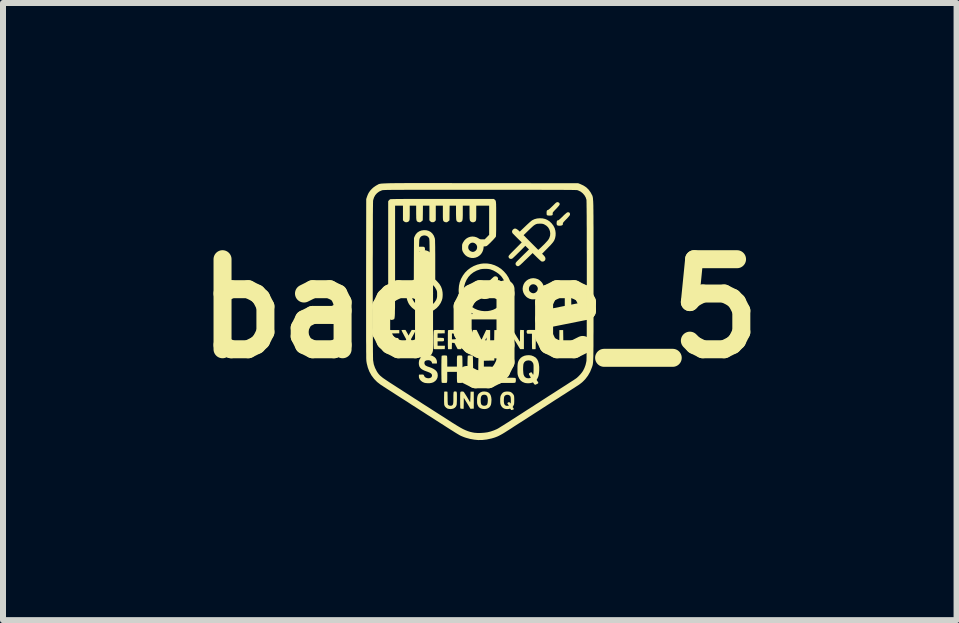
<source format=kicad_pcb>
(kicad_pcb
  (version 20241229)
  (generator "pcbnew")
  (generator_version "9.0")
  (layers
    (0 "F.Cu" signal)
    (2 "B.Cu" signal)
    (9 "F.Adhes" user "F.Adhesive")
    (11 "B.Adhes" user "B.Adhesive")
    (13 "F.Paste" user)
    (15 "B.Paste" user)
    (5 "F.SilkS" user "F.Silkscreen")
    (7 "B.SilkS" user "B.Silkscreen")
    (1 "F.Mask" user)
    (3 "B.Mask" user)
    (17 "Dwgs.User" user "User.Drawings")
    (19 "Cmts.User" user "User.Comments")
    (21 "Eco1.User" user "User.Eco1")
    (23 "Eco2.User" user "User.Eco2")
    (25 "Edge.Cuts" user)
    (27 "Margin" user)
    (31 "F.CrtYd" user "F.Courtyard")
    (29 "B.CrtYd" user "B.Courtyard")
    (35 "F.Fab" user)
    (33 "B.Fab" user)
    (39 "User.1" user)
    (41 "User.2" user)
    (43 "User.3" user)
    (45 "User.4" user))
  (footprint "badge_5"
    (layer "F.Cu")
    (at 4.943 2.09)
    (property "Reference" "badge_5" (at 0 0 0) (layer "F.SilkS") (effects (font (size 1.5 1.5) (thickness 0.3))))
    (attr board_only exclude_from_pos_files exclude_from_bom)
    (fp_poly (pts (xy 1.391 0.489) (xy 1.392 0.62) (xy 1.457 0.621) (xy 1.521 0.623) (xy 1.521 0.65) (xy 1.521 0.676) (xy 1.425 0.678) (xy 1.39 0.678) (xy 1.364 0.678) (xy 1.345 0.677) (xy 1.334 0.676) (xy 1.327 0.674) (xy 1.326 0.673) (xy 1.325 0.667) (xy 1.325 0.652) (xy 1.324 0.63) (xy 1.324 0.601) (xy 1.324 0.568) (xy 1.324 0.532) (xy 1.325 0.513) (xy 1.326 0.359) (xy 1.358 0.359) (xy 1.389 0.359)) (stroke (width 0) (type solid)) (fill yes) (layer "F.SilkS"))
    (fp_poly (pts (xy -0.19 0.358) (xy -0.185 0.361) (xy -0.183 0.367) (xy -0.182 0.375) (xy -0.182 0.391) (xy -0.182 0.414) (xy -0.181 0.443) (xy -0.181 0.477) (xy -0.182 0.514) (xy -0.182 0.527) (xy -0.183 0.676) (xy -0.214 0.678) (xy -0.233 0.678) (xy -0.243 0.676) (xy -0.247 0.673) (xy -0.247 0.667) (xy -0.248 0.652) (xy -0.248 0.63) (xy -0.248 0.601) (xy -0.248 0.568) (xy -0.248 0.532) (xy -0.248 0.513) (xy -0.247 0.359) (xy -0.216 0.357) (xy -0.2 0.357)) (stroke (width 0) (type solid)) (fill yes) (layer "F.SilkS"))
    (fp_poly (pts (xy -0.886 -0.348) (xy -0.856 -0.335) (xy -0.831 -0.315) (xy -0.812 -0.287) (xy -0.803 -0.264) (xy -0.798 -0.232) (xy -0.802 -0.201) (xy -0.814 -0.172) (xy -0.833 -0.147) (xy -0.858 -0.127) (xy -0.888 -0.114) (xy -0.894 -0.113) (xy -0.913 -0.109) (xy -0.927 -0.108) (xy -0.94 -0.11) (xy -0.957 -0.115) (xy -0.961 -0.117) (xy -0.991 -0.132) (xy -1.015 -0.153) (xy -1.031 -0.179) (xy -1.041 -0.208) (xy -1.043 -0.239) (xy -1.037 -0.269) (xy -1.023 -0.299) (xy -1.014 -0.311) (xy -0.988 -0.334) (xy -0.959 -0.347) (xy -0.926 -0.353) (xy -0.921 -0.353)) (stroke (width 0) (type solid)) (fill yes) (layer "F.SilkS"))
    (fp_poly (pts (xy 0.897 0.357) (xy 0.904 0.357) (xy 1.021 0.357) (xy 1.02 0.387) (xy 1.018 0.418) (xy 0.977 0.418) (xy 0.935 0.419) (xy 0.933 0.548) (xy 0.93 0.676) (xy 0.903 0.678) (xy 0.888 0.678) (xy 0.876 0.677) (xy 0.873 0.676) (xy 0.872 0.67) (xy 0.871 0.656) (xy 0.87 0.635) (xy 0.87 0.608) (xy 0.869 0.577) (xy 0.869 0.546) (xy 0.869 0.42) (xy 0.835 0.42) (xy 0.818 0.42) (xy 0.804 0.42) (xy 0.797 0.42) (xy 0.797 0.42) (xy 0.788 0.414) (xy 0.782 0.401) (xy 0.781 0.39) (xy 0.781 0.38) (xy 0.782 0.372) (xy 0.784 0.366) (xy 0.789 0.362) (xy 0.798 0.359) (xy 0.813 0.357) (xy 0.833 0.357) (xy 0.861 0.356)) (stroke (width 0) (type solid)) (fill yes) (layer "F.SilkS"))
    (fp_poly (pts (xy 1.492 -1.599) (xy 1.501 -1.587) (xy 1.503 -1.569) (xy 1.502 -1.559) (xy 1.497 -1.551) (xy 1.486 -1.537) (xy 1.471 -1.519) (xy 1.451 -1.497) (xy 1.44 -1.487) (xy 1.418 -1.464) (xy 1.403 -1.448) (xy 1.393 -1.436) (xy 1.387 -1.427) (xy 1.384 -1.421) (xy 1.384 -1.416) (xy 1.385 -1.415) (xy 1.384 -1.4) (xy 1.375 -1.389) (xy 1.358 -1.382) (xy 1.343 -1.38) (xy 1.325 -1.379) (xy 1.307 -1.381) (xy 1.3 -1.382) (xy 1.289 -1.388) (xy 1.282 -1.399) (xy 1.28 -1.415) (xy 1.281 -1.437) (xy 1.284 -1.455) (xy 1.291 -1.466) (xy 1.302 -1.47) (xy 1.306 -1.47) (xy 1.314 -1.473) (xy 1.327 -1.484) (xy 1.345 -1.5) (xy 1.367 -1.521) (xy 1.38 -1.533) (xy 1.403 -1.557) (xy 1.425 -1.576) (xy 1.442 -1.591) (xy 1.454 -1.6) (xy 1.458 -1.602) (xy 1.477 -1.604)) (stroke (width 0) (type solid)) (fill yes) (layer "F.SilkS"))
    (fp_poly (pts (xy -1.341 0.386) (xy -1.341 0.413) (xy -1.4 0.414) (xy -1.46 0.415) (xy -1.46 0.452) (xy -1.46 0.488) (xy -1.412 0.488) (xy -1.387 0.489) (xy -1.37 0.491) (xy -1.36 0.494) (xy -1.355 0.501) (xy -1.353 0.511) (xy -1.353 0.516) (xy -1.353 0.529) (xy -1.355 0.538) (xy -1.361 0.543) (xy -1.372 0.546) (xy -1.39 0.547) (xy -1.409 0.547) (xy -1.46 0.547) (xy -1.46 0.584) (xy -1.46 0.62) (xy -1.396 0.62) (xy -1.333 0.62) (xy -1.334 0.648) (xy -1.336 0.676) (xy -1.43 0.678) (xy -1.464 0.678) (xy -1.49 0.678) (xy -1.508 0.677) (xy -1.519 0.676) (xy -1.525 0.674) (xy -1.526 0.673) (xy -1.527 0.667) (xy -1.527 0.652) (xy -1.528 0.63) (xy -1.528 0.601) (xy -1.528 0.568) (xy -1.528 0.532) (xy -1.527 0.513) (xy -1.526 0.359) (xy -1.433 0.359) (xy -1.341 0.359)) (stroke (width 0) (type solid)) (fill yes) (layer "F.SilkS"))
    (fp_poly (pts (xy 0.705 0.358) (xy 0.735 0.359) (xy 0.735 0.518) (xy 0.735 0.676) (xy 0.704 0.676) (xy 0.672 0.676) (xy 0.61 0.574) (xy 0.547 0.472) (xy 0.546 0.574) (xy 0.545 0.676) (xy 0.516 0.678) (xy 0.498 0.678) (xy 0.488 0.676) (xy 0.486 0.673) (xy 0.485 0.667) (xy 0.485 0.652) (xy 0.484 0.63) (xy 0.484 0.601) (xy 0.484 0.568) (xy 0.484 0.532) (xy 0.485 0.513) (xy 0.486 0.359) (xy 0.518 0.359) (xy 0.549 0.359) (xy 0.604 0.449) (xy 0.62 0.476) (xy 0.636 0.501) (xy 0.648 0.522) (xy 0.658 0.538) (xy 0.664 0.547) (xy 0.665 0.549) (xy 0.667 0.551) (xy 0.669 0.548) (xy 0.67 0.54) (xy 0.67 0.526) (xy 0.67 0.504) (xy 0.67 0.474) (xy 0.67 0.473) (xy 0.67 0.444) (xy 0.67 0.417) (xy 0.67 0.395) (xy 0.671 0.379) (xy 0.671 0.372) (xy 0.674 0.356)) (stroke (width 0) (type solid)) (fill yes) (layer "F.SilkS"))
    (fp_poly (pts (xy 1.297 -1.772) (xy 1.315 -1.767) (xy 1.327 -1.756) (xy 1.331 -1.741) (xy 1.33 -1.732) (xy 1.326 -1.723) (xy 1.315 -1.709) (xy 1.3 -1.691) (xy 1.281 -1.67) (xy 1.27 -1.659) (xy 1.249 -1.637) (xy 1.234 -1.621) (xy 1.224 -1.609) (xy 1.218 -1.601) (xy 1.215 -1.594) (xy 1.214 -1.587) (xy 1.215 -1.58) (xy 1.215 -1.566) (xy 1.211 -1.557) (xy 1.208 -1.555) (xy 1.198 -1.551) (xy 1.181 -1.549) (xy 1.162 -1.548) (xy 1.143 -1.549) (xy 1.128 -1.552) (xy 1.121 -1.554) (xy 1.116 -1.56) (xy 1.114 -1.571) (xy 1.113 -1.588) (xy 1.113 -1.594) (xy 1.114 -1.617) (xy 1.118 -1.631) (xy 1.125 -1.639) (xy 1.135 -1.641) (xy 1.142 -1.645) (xy 1.156 -1.655) (xy 1.175 -1.672) (xy 1.2 -1.696) (xy 1.212 -1.707) (xy 1.235 -1.73) (xy 1.252 -1.747) (xy 1.265 -1.759) (xy 1.275 -1.766) (xy 1.282 -1.77) (xy 1.288 -1.772) (xy 1.295 -1.772)) (stroke (width 0) (type solid)) (fill yes) (layer "F.SilkS"))
    (fp_poly (pts (xy -0.142 0.782) (xy -0.127 0.783) (xy -0.119 0.785) (xy -0.117 0.789) (xy -0.116 0.797) (xy -0.115 0.811) (xy -0.114 0.832) (xy -0.113 0.859) (xy -0.113 0.894) (xy -0.112 0.938) (xy -0.112 0.99) (xy -0.112 1.01) (xy -0.112 1.055) (xy -0.112 1.098) (xy -0.112 1.137) (xy -0.113 1.17) (xy -0.113 1.198) (xy -0.114 1.219) (xy -0.114 1.232) (xy -0.115 1.235) (xy -0.121 1.238) (xy -0.134 1.24) (xy -0.151 1.24) (xy -0.169 1.24) (xy -0.185 1.239) (xy -0.196 1.236) (xy -0.199 1.235) (xy -0.201 1.228) (xy -0.202 1.214) (xy -0.203 1.191) (xy -0.204 1.163) (xy -0.205 1.13) (xy -0.205 1.093) (xy -0.205 1.054) (xy -0.206 1.013) (xy -0.205 0.972) (xy -0.205 0.933) (xy -0.205 0.896) (xy -0.204 0.862) (xy -0.203 0.833) (xy -0.202 0.81) (xy -0.201 0.795) (xy -0.199 0.787) (xy -0.199 0.787) (xy -0.192 0.784) (xy -0.177 0.782) (xy -0.16 0.782)) (stroke (width 0) (type solid)) (fill yes) (layer "F.SilkS"))
    (fp_poly (pts (xy 0.427 0.386) (xy 0.427 0.413) (xy 0.367 0.414) (xy 0.308 0.415) (xy 0.308 0.452) (xy 0.308 0.488) (xy 0.357 0.488) (xy 0.379 0.488) (xy 0.393 0.489) (xy 0.402 0.491) (xy 0.407 0.494) (xy 0.409 0.499) (xy 0.41 0.501) (xy 0.413 0.515) (xy 0.412 0.53) (xy 0.409 0.547) (xy 0.359 0.547) (xy 0.338 0.547) (xy 0.321 0.548) (xy 0.31 0.548) (xy 0.307 0.549) (xy 0.306 0.555) (xy 0.306 0.567) (xy 0.307 0.584) (xy 0.307 0.585) (xy 0.308 0.62) (xy 0.368 0.621) (xy 0.427 0.623) (xy 0.427 0.65) (xy 0.427 0.676) (xy 0.336 0.678) (xy 0.302 0.678) (xy 0.277 0.678) (xy 0.259 0.677) (xy 0.248 0.676) (xy 0.243 0.674) (xy 0.242 0.673) (xy 0.241 0.667) (xy 0.241 0.652) (xy 0.24 0.63) (xy 0.24 0.601) (xy 0.24 0.568) (xy 0.24 0.532) (xy 0.24 0.513) (xy 0.242 0.359) (xy 0.335 0.359) (xy 0.427 0.359)) (stroke (width 0) (type solid)) (fill yes) (layer "F.SilkS"))
    (fp_poly (pts (xy -0.282 1.383) (xy -0.27 1.387) (xy -0.268 1.388) (xy -0.263 1.394) (xy -0.255 1.407) (xy -0.243 1.425) (xy -0.23 1.446) (xy -0.215 1.469) (xy -0.201 1.493) (xy -0.188 1.515) (xy -0.176 1.535) (xy -0.168 1.55) (xy -0.165 1.556) (xy -0.163 1.56) (xy -0.161 1.559) (xy -0.16 1.552) (xy -0.158 1.539) (xy -0.158 1.519) (xy -0.157 1.49) (xy -0.156 1.477) (xy -0.154 1.385) (xy -0.127 1.385) (xy -0.1 1.385) (xy -0.1 1.526) (xy -0.1 1.668) (xy -0.127 1.669) (xy -0.155 1.671) (xy -0.21 1.58) (xy -0.266 1.488) (xy -0.267 1.579) (xy -0.269 1.67) (xy -0.295 1.67) (xy -0.312 1.669) (xy -0.321 1.666) (xy -0.324 1.662) (xy -0.325 1.656) (xy -0.326 1.641) (xy -0.326 1.618) (xy -0.327 1.59) (xy -0.327 1.558) (xy -0.327 1.524) (xy -0.327 1.481) (xy -0.327 1.447) (xy -0.326 1.422) (xy -0.325 1.404) (xy -0.323 1.393) (xy -0.321 1.388) (xy -0.312 1.384) (xy -0.297 1.382)) (stroke (width 0) (type solid)) (fill yes) (layer "F.SilkS"))
    (fp_poly (pts (xy -0.686 0.357) (xy -0.671 0.358) (xy -0.584 0.359) (xy -0.584 0.386) (xy -0.584 0.413) (xy -0.643 0.414) (xy -0.703 0.415) (xy -0.703 0.452) (xy -0.703 0.488) (xy -0.652 0.488) (xy -0.628 0.489) (xy -0.612 0.49) (xy -0.603 0.493) (xy -0.598 0.499) (xy -0.596 0.508) (xy -0.596 0.518) (xy -0.596 0.53) (xy -0.599 0.539) (xy -0.605 0.544) (xy -0.616 0.546) (xy -0.634 0.547) (xy -0.652 0.547) (xy -0.703 0.547) (xy -0.703 0.584) (xy -0.703 0.62) (xy -0.642 0.62) (xy -0.581 0.62) (xy -0.582 0.648) (xy -0.584 0.676) (xy -0.672 0.678) (xy -0.706 0.678) (xy -0.732 0.678) (xy -0.75 0.677) (xy -0.761 0.675) (xy -0.766 0.673) (xy -0.768 0.666) (xy -0.769 0.651) (xy -0.77 0.63) (xy -0.771 0.603) (xy -0.772 0.572) (xy -0.772 0.539) (xy -0.772 0.504) (xy -0.772 0.471) (xy -0.771 0.439) (xy -0.77 0.411) (xy -0.769 0.388) (xy -0.767 0.371) (xy -0.765 0.363) (xy -0.765 0.362) (xy -0.758 0.36) (xy -0.743 0.358) (xy -0.719 0.357)) (stroke (width 0) (type solid)) (fill yes) (layer "F.SilkS"))
    (fp_poly (pts (xy -0.904 0.357) (xy -0.889 0.358) (xy -0.878 0.36) (xy -0.869 0.363) (xy -0.86 0.367) (xy -0.859 0.368) (xy -0.843 0.379) (xy -0.827 0.394) (xy -0.823 0.4) (xy -0.815 0.413) (xy -0.81 0.426) (xy -0.808 0.442) (xy -0.807 0.457) (xy -0.807 0.488) (xy -0.812 0.513) (xy -0.822 0.534) (xy -0.831 0.545) (xy -0.847 0.561) (xy -0.864 0.571) (xy -0.884 0.577) (xy -0.91 0.581) (xy -0.918 0.581) (xy -0.96 0.584) (xy -0.962 0.63) (xy -0.965 0.676) (xy -0.991 0.678) (xy -1.007 0.678) (xy -1.019 0.676) (xy -1.023 0.674) (xy -1.025 0.668) (xy -1.026 0.652) (xy -1.026 0.627) (xy -1.026 0.594) (xy -1.026 0.552) (xy -1.026 0.514) (xy -1.024 0.42) (xy -0.96 0.42) (xy -0.958 0.471) (xy -0.957 0.523) (xy -0.928 0.523) (xy -0.911 0.522) (xy -0.901 0.52) (xy -0.893 0.514) (xy -0.887 0.508) (xy -0.877 0.489) (xy -0.874 0.468) (xy -0.877 0.447) (xy -0.884 0.433) (xy -0.891 0.426) (xy -0.898 0.422) (xy -0.91 0.42) (xy -0.927 0.42) (xy -0.96 0.42) (xy -1.024 0.42) (xy -1.023 0.359) (xy -0.952 0.358) (xy -0.924 0.357)) (stroke (width 0) (type solid)) (fill yes) (layer "F.SilkS"))
    (fp_poly (pts (xy 0.388 0.782) (xy 0.403 0.784) (xy 0.409 0.787) (xy 0.411 0.792) (xy 0.412 0.802) (xy 0.413 0.818) (xy 0.414 0.841) (xy 0.415 0.872) (xy 0.415 0.912) (xy 0.415 0.96) (xy 0.415 0.973) (xy 0.415 1.153) (xy 0.502 1.153) (xy 0.538 1.153) (xy 0.564 1.154) (xy 0.582 1.155) (xy 0.592 1.157) (xy 0.595 1.158) (xy 0.599 1.168) (xy 0.601 1.183) (xy 0.601 1.2) (xy 0.599 1.217) (xy 0.595 1.23) (xy 0.593 1.233) (xy 0.589 1.235) (xy 0.584 1.237) (xy 0.574 1.238) (xy 0.56 1.239) (xy 0.539 1.24) (xy 0.512 1.24) (xy 0.477 1.24) (xy 0.46 1.24) (xy 0.426 1.24) (xy 0.395 1.24) (xy 0.368 1.239) (xy 0.347 1.238) (xy 0.333 1.238) (xy 0.328 1.237) (xy 0.327 1.232) (xy 0.326 1.218) (xy 0.325 1.197) (xy 0.324 1.169) (xy 0.323 1.137) (xy 0.322 1.1) (xy 0.322 1.061) (xy 0.322 1.021) (xy 0.322 0.98) (xy 0.322 0.941) (xy 0.323 0.903) (xy 0.323 0.869) (xy 0.324 0.839) (xy 0.325 0.815) (xy 0.326 0.798) (xy 0.328 0.788) (xy 0.328 0.787) (xy 0.336 0.784) (xy 0.352 0.782) (xy 0.369 0.781)) (stroke (width 0) (type solid)) (fill yes) (layer "F.SilkS"))
    (fp_poly (pts (xy -1.22 0.387) (xy -1.21 0.405) (xy -1.2 0.422) (xy -1.194 0.434) (xy -1.186 0.45) (xy -1.174 0.426) (xy -1.163 0.407) (xy -1.152 0.387) (xy -1.148 0.38) (xy -1.135 0.357) (xy -1.103 0.357) (xy -1.086 0.357) (xy -1.073 0.359) (xy -1.068 0.361) (xy -1.069 0.366) (xy -1.075 0.378) (xy -1.084 0.396) (xy -1.095 0.418) (xy -1.106 0.438) (xy -1.147 0.512) (xy -1.105 0.588) (xy -1.092 0.613) (xy -1.081 0.636) (xy -1.072 0.654) (xy -1.067 0.667) (xy -1.066 0.672) (xy -1.071 0.676) (xy -1.083 0.678) (xy -1.101 0.679) (xy -1.133 0.679) (xy -1.147 0.651) (xy -1.157 0.632) (xy -1.168 0.612) (xy -1.173 0.601) (xy -1.186 0.58) (xy -1.212 0.628) (xy -1.238 0.676) (xy -1.267 0.677) (xy -1.284 0.677) (xy -1.297 0.677) (xy -1.303 0.676) (xy -1.303 0.671) (xy -1.299 0.658) (xy -1.291 0.64) (xy -1.28 0.618) (xy -1.267 0.592) (xy -1.252 0.564) (xy -1.236 0.535) (xy -1.233 0.53) (xy -1.225 0.515) (xy -1.264 0.442) (xy -1.277 0.417) (xy -1.289 0.395) (xy -1.297 0.378) (xy -1.303 0.366) (xy -1.304 0.362) (xy -1.299 0.359) (xy -1.285 0.357) (xy -1.271 0.357) (xy -1.238 0.357)) (stroke (width 0) (type solid)) (fill yes) (layer "F.SilkS"))
    (fp_poly (pts (xy -0.41 1.382) (xy -0.401 1.382) (xy -0.393 1.383) (xy -0.388 1.386) (xy -0.385 1.393) (xy -0.383 1.403) (xy -0.381 1.42) (xy -0.381 1.444) (xy -0.381 1.475) (xy -0.381 1.489) (xy -0.381 1.52) (xy -0.382 1.55) (xy -0.383 1.575) (xy -0.384 1.595) (xy -0.386 1.607) (xy -0.386 1.608) (xy -0.398 1.634) (xy -0.417 1.654) (xy -0.443 1.668) (xy -0.475 1.674) (xy -0.488 1.675) (xy -0.517 1.672) (xy -0.54 1.666) (xy -0.563 1.65) (xy -0.582 1.629) (xy -0.591 1.608) (xy -0.593 1.596) (xy -0.594 1.575) (xy -0.595 1.547) (xy -0.595 1.512) (xy -0.595 1.487) (xy -0.593 1.385) (xy -0.577 1.383) (xy -0.562 1.383) (xy -0.549 1.384) (xy -0.538 1.387) (xy -0.536 1.492) (xy -0.536 1.527) (xy -0.535 1.553) (xy -0.534 1.572) (xy -0.533 1.586) (xy -0.532 1.595) (xy -0.529 1.601) (xy -0.526 1.605) (xy -0.525 1.607) (xy -0.509 1.616) (xy -0.49 1.62) (xy -0.47 1.618) (xy -0.467 1.617) (xy -0.459 1.612) (xy -0.452 1.606) (xy -0.447 1.595) (xy -0.443 1.581) (xy -0.441 1.56) (xy -0.44 1.532) (xy -0.44 1.496) (xy -0.44 1.483) (xy -0.44 1.449) (xy -0.439 1.424) (xy -0.438 1.406) (xy -0.436 1.394) (xy -0.433 1.387) (xy -0.428 1.383) (xy -0.421 1.382) (xy -0.411 1.382)) (stroke (width 0) (type solid)) (fill yes) (layer "F.SilkS"))
    (fp_poly (pts (xy 0.075 1.382) (xy 0.111 1.386) (xy 0.14 1.397) (xy 0.163 1.415) (xy 0.18 1.441) (xy 0.19 1.474) (xy 0.195 1.514) (xy 0.194 1.54) (xy 0.191 1.577) (xy 0.185 1.605) (xy 0.174 1.627) (xy 0.159 1.646) (xy 0.158 1.647) (xy 0.135 1.662) (xy 0.107 1.672) (xy 0.076 1.675) (xy 0.045 1.672) (xy 0.017 1.664) (xy -0.002 1.653) (xy -0.016 1.642) (xy -0.026 1.627) (xy -0.035 1.609) (xy -0.04 1.596) (xy -0.043 1.583) (xy -0.045 1.567) (xy -0.045 1.545) (xy -0.045 1.531) (xy -0.045 1.527) (xy 0.015 1.527) (xy 0.016 1.557) (xy 0.019 1.579) (xy 0.025 1.596) (xy 0.034 1.607) (xy 0.041 1.612) (xy 0.06 1.619) (xy 0.082 1.62) (xy 0.102 1.615) (xy 0.116 1.606) (xy 0.123 1.597) (xy 0.127 1.585) (xy 0.131 1.567) (xy 0.132 1.557) (xy 0.134 1.534) (xy 0.134 1.51) (xy 0.132 1.492) (xy 0.125 1.466) (xy 0.113 1.448) (xy 0.094 1.438) (xy 0.077 1.436) (xy 0.054 1.438) (xy 0.037 1.446) (xy 0.025 1.461) (xy 0.018 1.482) (xy 0.015 1.512) (xy 0.015 1.527) (xy -0.045 1.527) (xy -0.044 1.491) (xy -0.038 1.46) (xy -0.029 1.435) (xy -0.014 1.416) (xy 0.005 1.401) (xy 0.016 1.395) (xy 0.034 1.387) (xy 0.051 1.383) (xy 0.073 1.382)) (stroke (width 0) (type solid)) (fill yes) (layer "F.SilkS"))
    (fp_poly (pts (xy -0.429 0.357) (xy -0.403 0.358) (xy -0.383 0.36) (xy -0.37 0.362) (xy -0.346 0.374) (xy -0.327 0.393) (xy -0.313 0.417) (xy -0.305 0.444) (xy -0.304 0.473) (xy -0.308 0.501) (xy -0.32 0.528) (xy -0.335 0.548) (xy -0.352 0.565) (xy -0.327 0.614) (xy -0.314 0.639) (xy -0.306 0.656) (xy -0.304 0.668) (xy -0.308 0.675) (xy -0.317 0.678) (xy -0.333 0.678) (xy -0.338 0.678) (xy -0.369 0.676) (xy -0.396 0.625) (xy -0.422 0.574) (xy -0.443 0.572) (xy -0.464 0.571) (xy -0.465 0.624) (xy -0.466 0.676) (xy -0.496 0.678) (xy -0.512 0.678) (xy -0.524 0.677) (xy -0.529 0.676) (xy -0.53 0.67) (xy -0.53 0.656) (xy -0.531 0.635) (xy -0.532 0.609) (xy -0.532 0.579) (xy -0.532 0.546) (xy -0.532 0.512) (xy -0.532 0.479) (xy -0.532 0.464) (xy -0.464 0.464) (xy -0.464 0.513) (xy -0.433 0.513) (xy -0.412 0.512) (xy -0.399 0.508) (xy -0.389 0.503) (xy -0.378 0.488) (xy -0.373 0.469) (xy -0.376 0.447) (xy -0.378 0.442) (xy -0.386 0.429) (xy -0.399 0.42) (xy -0.417 0.416) (xy -0.437 0.415) (xy -0.464 0.415) (xy -0.464 0.464) (xy -0.532 0.464) (xy -0.532 0.447) (xy -0.532 0.418) (xy -0.531 0.394) (xy -0.531 0.376) (xy -0.53 0.366) (xy -0.529 0.364) (xy -0.527 0.361) (xy -0.521 0.359) (xy -0.511 0.358) (xy -0.494 0.357) (xy -0.469 0.357) (xy -0.458 0.357)) (stroke (width 0) (type solid)) (fill yes) (layer "F.SilkS"))
    (fp_poly (pts (xy 0.14 0.358) (xy 0.173 0.359) (xy 0.173 0.518) (xy 0.173 0.676) (xy 0.144 0.676) (xy 0.115 0.676) (xy 0.113 0.579) (xy 0.112 0.482) (xy 0.083 0.542) (xy 0.072 0.564) (xy 0.062 0.584) (xy 0.054 0.599) (xy 0.049 0.608) (xy 0.048 0.609) (xy 0.038 0.614) (xy 0.025 0.614) (xy 0.018 0.614) (xy 0.012 0.611) (xy 0.007 0.607) (xy 0.001 0.598) (xy -0.007 0.584) (xy -0.018 0.563) (xy -0.024 0.549) (xy -0.056 0.486) (xy -0.054 0.57) (xy -0.054 0.606) (xy -0.054 0.632) (xy -0.054 0.651) (xy -0.056 0.664) (xy -0.06 0.673) (xy -0.065 0.677) (xy -0.073 0.679) (xy -0.083 0.679) (xy -0.087 0.679) (xy -0.106 0.678) (xy -0.117 0.675) (xy -0.118 0.673) (xy -0.119 0.666) (xy -0.12 0.651) (xy -0.12 0.629) (xy -0.121 0.602) (xy -0.121 0.571) (xy -0.121 0.538) (xy -0.121 0.504) (xy -0.121 0.471) (xy -0.121 0.441) (xy -0.121 0.413) (xy -0.12 0.392) (xy -0.12 0.376) (xy -0.119 0.37) (xy -0.117 0.363) (xy -0.113 0.359) (xy -0.105 0.357) (xy -0.09 0.357) (xy -0.085 0.357) (xy -0.053 0.357) (xy -0.012 0.44) (xy 0.002 0.469) (xy 0.013 0.491) (xy 0.021 0.505) (xy 0.026 0.513) (xy 0.029 0.516) (xy 0.032 0.515) (xy 0.033 0.513) (xy 0.037 0.504) (xy 0.044 0.489) (xy 0.054 0.468) (xy 0.065 0.444) (xy 0.073 0.428) (xy 0.107 0.356)) (stroke (width 0) (type solid)) (fill yes) (layer "F.SilkS"))
    (fp_poly (pts (xy 1.15 0.358) (xy 1.184 0.359) (xy 1.237 0.513) (xy 1.249 0.55) (xy 1.261 0.584) (xy 1.27 0.614) (xy 1.278 0.639) (xy 1.284 0.658) (xy 1.287 0.67) (xy 1.287 0.673) (xy 1.281 0.677) (xy 1.265 0.679) (xy 1.256 0.679) (xy 1.239 0.678) (xy 1.228 0.676) (xy 1.221 0.669) (xy 1.215 0.656) (xy 1.211 0.642) (xy 1.203 0.618) (xy 1.146 0.618) (xy 1.088 0.618) (xy 1.079 0.648) (xy 1.069 0.679) (xy 1.041 0.679) (xy 1.025 0.678) (xy 1.012 0.676) (xy 1.007 0.673) (xy 1.005 0.667) (xy 1.007 0.656) (xy 1.012 0.638) (xy 1.013 0.635) (xy 1.018 0.622) (xy 1.026 0.6) (xy 1.035 0.573) (xy 1.041 0.556) (xy 1.109 0.556) (xy 1.113 0.556) (xy 1.125 0.557) (xy 1.142 0.557) (xy 1.145 0.557) (xy 1.163 0.556) (xy 1.176 0.555) (xy 1.182 0.554) (xy 1.182 0.554) (xy 1.181 0.548) (xy 1.177 0.536) (xy 1.172 0.519) (xy 1.166 0.499) (xy 1.16 0.48) (xy 1.155 0.462) (xy 1.151 0.449) (xy 1.149 0.444) (xy 1.147 0.447) (xy 1.143 0.457) (xy 1.137 0.471) (xy 1.13 0.49) (xy 1.123 0.509) (xy 1.117 0.527) (xy 1.112 0.543) (xy 1.109 0.553) (xy 1.109 0.556) (xy 1.041 0.556) (xy 1.046 0.542) (xy 1.057 0.509) (xy 1.065 0.486) (xy 1.076 0.454) (xy 1.086 0.424) (xy 1.095 0.399) (xy 1.103 0.38) (xy 1.108 0.367) (xy 1.11 0.362) (xy 1.118 0.359) (xy 1.133 0.357)) (stroke (width 0) (type solid)) (fill yes) (layer "F.SilkS"))
    (fp_poly (pts (xy 0.275 -0.535) (xy 0.29 -0.527) (xy 0.301 -0.513) (xy 0.305 -0.497) (xy 0.303 -0.481) (xy 0.297 -0.472) (xy 0.286 -0.458) (xy 0.272 -0.442) (xy 0.258 -0.427) (xy 0.219 -0.387) (xy 0.23 -0.357) (xy 0.238 -0.321) (xy 0.237 -0.286) (xy 0.228 -0.252) (xy 0.211 -0.221) (xy 0.187 -0.194) (xy 0.156 -0.174) (xy 0.149 -0.17) (xy 0.119 -0.161) (xy 0.085 -0.158) (xy 0.053 -0.16) (xy 0.037 -0.165) (xy 0.003 -0.182) (xy -0.024 -0.205) (xy -0.045 -0.234) (xy -0.058 -0.267) (xy -0.064 -0.304) (xy -0.064 -0.306) (xy 0.026 -0.306) (xy 0.031 -0.285) (xy 0.043 -0.267) (xy 0.063 -0.252) (xy 0.066 -0.251) (xy 0.077 -0.246) (xy 0.084 -0.245) (xy 0.092 -0.246) (xy 0.103 -0.249) (xy 0.124 -0.259) (xy 0.139 -0.276) (xy 0.148 -0.296) (xy 0.149 -0.318) (xy 0.143 -0.336) (xy 0.129 -0.354) (xy 0.109 -0.366) (xy 0.087 -0.37) (xy 0.065 -0.366) (xy 0.055 -0.362) (xy 0.038 -0.346) (xy 0.028 -0.327) (xy 0.026 -0.306) (xy -0.064 -0.306) (xy -0.061 -0.341) (xy -0.055 -0.364) (xy -0.044 -0.387) (xy -0.026 -0.41) (xy -0.003 -0.43) (xy 0.02 -0.446) (xy 0.031 -0.451) (xy 0.055 -0.456) (xy 0.081 -0.459) (xy 0.108 -0.458) (xy 0.129 -0.454) (xy 0.132 -0.454) (xy 0.139 -0.451) (xy 0.145 -0.451) (xy 0.151 -0.454) (xy 0.16 -0.461) (xy 0.173 -0.474) (xy 0.187 -0.487) (xy 0.204 -0.503) (xy 0.22 -0.517) (xy 0.232 -0.528) (xy 0.238 -0.532) (xy 0.257 -0.537)) (stroke (width 0) (type solid)) (fill yes) (layer "F.SilkS"))
    (fp_poly (pts (xy 0.169 0.781) (xy 0.195 0.782) (xy 0.217 0.783) (xy 0.232 0.784) (xy 0.238 0.786) (xy 0.242 0.791) (xy 0.243 0.804) (xy 0.243 0.826) (xy 0.243 0.828) (xy 0.242 0.867) (xy 0.155 0.868) (xy 0.068 0.87) (xy 0.068 0.918) (xy 0.068 0.967) (xy 0.135 0.967) (xy 0.16 0.967) (xy 0.182 0.968) (xy 0.199 0.97) (xy 0.209 0.972) (xy 0.21 0.972) (xy 0.216 0.977) (xy 0.219 0.985) (xy 0.22 0.999) (xy 0.22 1.008) (xy 0.219 1.025) (xy 0.216 1.039) (xy 0.214 1.044) (xy 0.207 1.047) (xy 0.191 1.049) (xy 0.166 1.05) (xy 0.138 1.05) (xy 0.068 1.05) (xy 0.068 1.101) (xy 0.068 1.153) (xy 0.154 1.153) (xy 0.186 1.153) (xy 0.211 1.153) (xy 0.228 1.155) (xy 0.239 1.158) (xy 0.245 1.164) (xy 0.248 1.172) (xy 0.249 1.184) (xy 0.249 1.198) (xy 0.249 1.211) (xy 0.248 1.22) (xy 0.245 1.228) (xy 0.24 1.233) (xy 0.23 1.236) (xy 0.216 1.239) (xy 0.195 1.24) (xy 0.167 1.24) (xy 0.131 1.24) (xy 0.111 1.24) (xy 0.069 1.24) (xy 0.036 1.24) (xy 0.011 1.239) (xy -0.005 1.238) (xy -0.015 1.236) (xy -0.019 1.235) (xy -0.02 1.228) (xy -0.021 1.214) (xy -0.022 1.191) (xy -0.023 1.163) (xy -0.024 1.13) (xy -0.024 1.093) (xy -0.025 1.054) (xy -0.025 1.013) (xy -0.025 0.972) (xy -0.025 0.933) (xy -0.024 0.896) (xy -0.023 0.862) (xy -0.022 0.833) (xy -0.021 0.81) (xy -0.02 0.795) (xy -0.019 0.787) (xy -0.019 0.787) (xy -0.012 0.786) (xy 0.002 0.784) (xy 0.023 0.783) (xy 0.049 0.782) (xy 0.078 0.782) (xy 0.109 0.781) (xy 0.14 0.781)) (stroke (width 0) (type solid)) (fill yes) (layer "F.SilkS"))
    (fp_poly (pts (xy -0.315 0.782) (xy -0.3 0.784) (xy -0.294 0.787) (xy -0.293 0.793) (xy -0.291 0.808) (xy -0.29 0.83) (xy -0.289 0.859) (xy -0.289 0.892) (xy -0.288 0.929) (xy -0.288 0.968) (xy -0.288 1.009) (xy -0.288 1.05) (xy -0.288 1.089) (xy -0.289 1.126) (xy -0.289 1.16) (xy -0.29 1.189) (xy -0.291 1.212) (xy -0.292 1.227) (xy -0.294 1.234) (xy -0.294 1.235) (xy -0.302 1.238) (xy -0.318 1.24) (xy -0.335 1.24) (xy -0.354 1.24) (xy -0.369 1.237) (xy -0.375 1.235) (xy -0.377 1.228) (xy -0.379 1.215) (xy -0.38 1.193) (xy -0.381 1.162) (xy -0.381 1.142) (xy -0.381 1.055) (xy -0.462 1.055) (xy -0.542 1.055) (xy -0.542 1.142) (xy -0.542 1.177) (xy -0.543 1.204) (xy -0.545 1.222) (xy -0.547 1.232) (xy -0.548 1.235) (xy -0.556 1.238) (xy -0.572 1.24) (xy -0.591 1.24) (xy -0.612 1.24) (xy -0.627 1.237) (xy -0.634 1.235) (xy -0.635 1.228) (xy -0.637 1.214) (xy -0.638 1.191) (xy -0.639 1.163) (xy -0.639 1.13) (xy -0.64 1.093) (xy -0.64 1.054) (xy -0.64 1.013) (xy -0.64 0.972) (xy -0.64 0.933) (xy -0.639 0.896) (xy -0.639 0.862) (xy -0.638 0.833) (xy -0.637 0.81) (xy -0.636 0.795) (xy -0.634 0.787) (xy -0.634 0.787) (xy -0.626 0.784) (xy -0.61 0.782) (xy -0.591 0.781) (xy -0.57 0.782) (xy -0.555 0.784) (xy -0.548 0.787) (xy -0.546 0.793) (xy -0.544 0.807) (xy -0.543 0.829) (xy -0.542 0.86) (xy -0.542 0.88) (xy -0.542 0.967) (xy -0.462 0.967) (xy -0.381 0.967) (xy -0.381 0.88) (xy -0.381 0.844) (xy -0.38 0.818) (xy -0.378 0.8) (xy -0.376 0.79) (xy -0.375 0.787) (xy -0.367 0.784) (xy -0.352 0.782) (xy -0.335 0.781)) (stroke (width 0) (type solid)) (fill yes) (layer "F.SilkS"))
    (fp_poly (pts (xy -0.837 0.779) (xy -0.82 0.78) (xy -0.807 0.782) (xy -0.795 0.786) (xy -0.781 0.792) (xy -0.78 0.793) (xy -0.752 0.811) (xy -0.731 0.834) (xy -0.718 0.861) (xy -0.713 0.891) (xy -0.714 0.899) (xy -0.715 0.916) (xy -0.754 0.916) (xy -0.793 0.916) (xy -0.798 0.899) (xy -0.805 0.885) (xy -0.815 0.874) (xy -0.815 0.874) (xy -0.832 0.865) (xy -0.853 0.861) (xy -0.875 0.862) (xy -0.895 0.866) (xy -0.911 0.875) (xy -0.916 0.88) (xy -0.922 0.898) (xy -0.922 0.918) (xy -0.914 0.937) (xy -0.911 0.942) (xy -0.901 0.95) (xy -0.887 0.958) (xy -0.867 0.967) (xy -0.851 0.972) (xy -0.806 0.988) (xy -0.771 1.005) (xy -0.744 1.023) (xy -0.724 1.042) (xy -0.71 1.064) (xy -0.703 1.084) (xy -0.7 1.119) (xy -0.705 1.152) (xy -0.719 1.181) (xy -0.741 1.207) (xy -0.77 1.227) (xy -0.779 1.231) (xy -0.805 1.239) (xy -0.836 1.244) (xy -0.87 1.244) (xy -0.903 1.241) (xy -0.926 1.236) (xy -0.958 1.221) (xy -0.983 1.201) (xy -1.002 1.177) (xy -1.013 1.15) (xy -1.015 1.123) (xy -1.013 1.101) (xy -0.977 1.1) (xy -0.956 1.099) (xy -0.943 1.101) (xy -0.934 1.106) (xy -0.929 1.116) (xy -0.926 1.124) (xy -0.916 1.14) (xy -0.899 1.152) (xy -0.878 1.159) (xy -0.854 1.162) (xy -0.831 1.158) (xy -0.823 1.155) (xy -0.807 1.145) (xy -0.798 1.129) (xy -0.796 1.113) (xy -0.8 1.096) (xy -0.813 1.081) (xy -0.835 1.068) (xy -0.866 1.055) (xy -0.872 1.053) (xy -0.916 1.037) (xy -0.95 1.021) (xy -0.976 1.004) (xy -0.995 0.984) (xy -1.008 0.961) (xy -1.014 0.934) (xy -1.016 0.907) (xy -1.012 0.871) (xy -1.001 0.842) (xy -0.981 0.817) (xy -0.954 0.797) (xy -0.94 0.79) (xy -0.927 0.785) (xy -0.914 0.782) (xy -0.898 0.78) (xy -0.877 0.779) (xy -0.862 0.779)) (stroke (width 0) (type solid)) (fill yes) (layer "F.SilkS"))
    (fp_poly (pts (xy 0.931 -0.501) (xy 0.97 -0.488) (xy 0.993 -0.474) (xy 1.016 -0.454) (xy 1.036 -0.432) (xy 1.05 -0.41) (xy 1.053 -0.404) (xy 1.062 -0.381) (xy 1.276 -0.38) (xy 1.489 -0.378) (xy 1.505 -0.363) (xy 1.521 -0.347) (xy 1.524 -0.106) (xy 1.524 -0.058) (xy 1.524 -0.013) (xy 1.524 0.029) (xy 1.524 0.066) (xy 1.524 0.098) (xy 1.524 0.123) (xy 1.523 0.14) (xy 1.523 0.149) (xy 1.522 0.149) (xy 1.514 0.167) (xy 1.498 0.181) (xy 1.479 0.188) (xy 1.458 0.189) (xy 1.447 0.186) (xy 1.437 0.179) (xy 1.427 0.168) (xy 1.427 0.168) (xy 1.424 0.165) (xy 1.422 0.161) (xy 1.42 0.156) (xy 1.419 0.148) (xy 1.418 0.138) (xy 1.417 0.123) (xy 1.417 0.103) (xy 1.417 0.078) (xy 1.416 0.045) (xy 1.416 0.005) (xy 1.416 -0.043) (xy 1.416 -0.057) (xy 1.416 -0.269) (xy 1.238 -0.269) (xy 1.06 -0.269) (xy 1.053 -0.252) (xy 1.042 -0.234) (xy 1.026 -0.214) (xy 1.007 -0.195) (xy 0.987 -0.18) (xy 0.983 -0.177) (xy 0.946 -0.161) (xy 0.907 -0.153) (xy 0.868 -0.153) (xy 0.83 -0.162) (xy 0.795 -0.18) (xy 0.774 -0.196) (xy 0.747 -0.227) (xy 0.728 -0.261) (xy 0.717 -0.297) (xy 0.714 -0.33) (xy 0.818 -0.33) (xy 0.82 -0.307) (xy 0.828 -0.289) (xy 0.848 -0.27) (xy 0.87 -0.258) (xy 0.894 -0.254) (xy 0.917 -0.259) (xy 0.928 -0.265) (xy 0.949 -0.283) (xy 0.962 -0.305) (xy 0.967 -0.328) (xy 0.967 -0.328) (xy 0.963 -0.353) (xy 0.951 -0.374) (xy 0.934 -0.391) (xy 0.913 -0.401) (xy 0.89 -0.405) (xy 0.867 -0.401) (xy 0.86 -0.398) (xy 0.848 -0.389) (xy 0.835 -0.377) (xy 0.832 -0.373) (xy 0.822 -0.353) (xy 0.818 -0.33) (xy 0.714 -0.33) (xy 0.714 -0.333) (xy 0.719 -0.369) (xy 0.731 -0.404) (xy 0.749 -0.435) (xy 0.775 -0.462) (xy 0.806 -0.484) (xy 0.844 -0.499) (xy 0.851 -0.501) (xy 0.891 -0.506)) (stroke (width 0) (type solid)) (fill yes) (layer "F.SilkS"))
    (fp_poly (pts (xy 0.47 1.383) (xy 0.491 1.385) (xy 0.506 1.388) (xy 0.518 1.393) (xy 0.529 1.4) (xy 0.544 1.413) (xy 0.558 1.43) (xy 0.562 1.436) (xy 0.567 1.445) (xy 0.57 1.454) (xy 0.572 1.465) (xy 0.573 1.479) (xy 0.574 1.499) (xy 0.574 1.526) (xy 0.574 1.554) (xy 0.573 1.573) (xy 0.572 1.587) (xy 0.57 1.598) (xy 0.566 1.607) (xy 0.561 1.617) (xy 0.56 1.618) (xy 0.547 1.642) (xy 0.557 1.654) (xy 0.563 1.665) (xy 0.567 1.674) (xy 0.566 1.68) (xy 0.565 1.68) (xy 0.559 1.682) (xy 0.549 1.686) (xy 0.546 1.687) (xy 0.534 1.691) (xy 0.525 1.691) (xy 0.524 1.691) (xy 0.518 1.684) (xy 0.513 1.676) (xy 0.508 1.669) (xy 0.5 1.669) (xy 0.495 1.67) (xy 0.479 1.674) (xy 0.457 1.675) (xy 0.434 1.674) (xy 0.414 1.67) (xy 0.414 1.67) (xy 0.389 1.658) (xy 0.368 1.639) (xy 0.352 1.612) (xy 0.351 1.61) (xy 0.346 1.597) (xy 0.343 1.585) (xy 0.341 1.569) (xy 0.34 1.549) (xy 0.34 1.529) (xy 0.34 1.518) (xy 0.401 1.518) (xy 0.401 1.553) (xy 0.405 1.581) (xy 0.413 1.6) (xy 0.425 1.613) (xy 0.443 1.62) (xy 0.46 1.621) (xy 0.473 1.621) (xy 0.482 1.62) (xy 0.483 1.619) (xy 0.481 1.614) (xy 0.475 1.603) (xy 0.471 1.596) (xy 0.458 1.576) (xy 0.469 1.567) (xy 0.483 1.559) (xy 0.494 1.56) (xy 0.503 1.571) (xy 0.507 1.58) (xy 0.511 1.58) (xy 0.514 1.576) (xy 0.516 1.567) (xy 0.517 1.551) (xy 0.517 1.531) (xy 0.517 1.519) (xy 0.516 1.495) (xy 0.514 1.478) (xy 0.511 1.467) (xy 0.506 1.458) (xy 0.505 1.457) (xy 0.49 1.444) (xy 0.47 1.437) (xy 0.449 1.437) (xy 0.429 1.444) (xy 0.414 1.456) (xy 0.413 1.457) (xy 0.408 1.466) (xy 0.405 1.477) (xy 0.403 1.492) (xy 0.401 1.515) (xy 0.401 1.518) (xy 0.34 1.518) (xy 0.34 1.502) (xy 0.342 1.483) (xy 0.344 1.468) (xy 0.348 1.456) (xy 0.351 1.447) (xy 0.367 1.42) (xy 0.386 1.4) (xy 0.411 1.388) (xy 0.442 1.383)) (stroke (width 0) (type solid)) (fill yes) (layer "F.SilkS"))
    (fp_poly (pts (xy 0.859 0.782) (xy 0.894 0.795) (xy 0.926 0.814) (xy 0.934 0.82) (xy 0.956 0.846) (xy 0.973 0.88) (xy 0.984 0.922) (xy 0.99 0.972) (xy 0.99 1.03) (xy 0.99 1.03) (xy 0.987 1.069) (xy 0.983 1.1) (xy 0.977 1.127) (xy 0.968 1.15) (xy 0.96 1.166) (xy 0.947 1.19) (xy 0.962 1.213) (xy 0.971 1.226) (xy 0.975 1.238) (xy 0.975 1.242) (xy 0.969 1.248) (xy 0.958 1.255) (xy 0.943 1.262) (xy 0.929 1.268) (xy 0.92 1.27) (xy 0.914 1.266) (xy 0.905 1.256) (xy 0.9 1.25) (xy 0.893 1.239) (xy 0.888 1.232) (xy 0.887 1.231) (xy 0.882 1.232) (xy 0.871 1.235) (xy 0.862 1.238) (xy 0.833 1.244) (xy 0.799 1.245) (xy 0.765 1.242) (xy 0.748 1.238) (xy 0.712 1.223) (xy 0.682 1.201) (xy 0.659 1.171) (xy 0.641 1.134) (xy 0.639 1.127) (xy 0.634 1.112) (xy 0.631 1.098) (xy 0.629 1.083) (xy 0.628 1.064) (xy 0.628 1.039) (xy 0.628 1.008) (xy 0.628 0.993) (xy 0.722 0.993) (xy 0.722 1.023) (xy 0.724 1.052) (xy 0.726 1.077) (xy 0.729 1.096) (xy 0.73 1.1) (xy 0.742 1.128) (xy 0.76 1.147) (xy 0.783 1.159) (xy 0.812 1.162) (xy 0.834 1.159) (xy 0.845 1.156) (xy 0.85 1.152) (xy 0.85 1.152) (xy 0.847 1.146) (xy 0.841 1.134) (xy 0.832 1.12) (xy 0.822 1.102) (xy 0.818 1.09) (xy 0.822 1.081) (xy 0.832 1.073) (xy 0.84 1.069) (xy 0.857 1.059) (xy 0.871 1.075) (xy 0.879 1.087) (xy 0.884 1.096) (xy 0.884 1.098) (xy 0.885 1.103) (xy 0.89 1.1) (xy 0.893 1.094) (xy 0.894 1.081) (xy 0.895 1.062) (xy 0.896 1.034) (xy 0.896 1.009) (xy 0.896 0.979) (xy 0.896 0.956) (xy 0.895 0.94) (xy 0.893 0.928) (xy 0.891 0.919) (xy 0.888 0.911) (xy 0.884 0.903) (xy 0.868 0.883) (xy 0.848 0.87) (xy 0.821 0.865) (xy 0.811 0.864) (xy 0.781 0.868) (xy 0.757 0.879) (xy 0.739 0.898) (xy 0.727 0.924) (xy 0.727 0.924) (xy 0.725 0.941) (xy 0.723 0.965) (xy 0.722 0.993) (xy 0.628 0.993) (xy 0.628 0.969) (xy 0.63 0.938) (xy 0.633 0.913) (xy 0.638 0.892) (xy 0.645 0.874) (xy 0.655 0.856) (xy 0.66 0.848) (xy 0.683 0.821) (xy 0.712 0.801) (xy 0.746 0.786) (xy 0.783 0.779) (xy 0.821 0.777)) (stroke (width 0) (type solid)) (fill yes) (layer "F.SilkS"))
    (fp_poly (pts (xy 0.128 -0.75) (xy 0.189 -0.74) (xy 0.248 -0.721) (xy 0.304 -0.694) (xy 0.356 -0.66) (xy 0.402 -0.618) (xy 0.443 -0.571) (xy 0.478 -0.517) (xy 0.505 -0.458) (xy 0.516 -0.427) (xy 0.521 -0.409) (xy 0.525 -0.393) (xy 0.527 -0.377) (xy 0.529 -0.358) (xy 0.529 -0.334) (xy 0.529 -0.31) (xy 0.528 -0.267) (xy 0.525 -0.231) (xy 0.519 -0.199) (xy 0.509 -0.167) (xy 0.495 -0.133) (xy 0.484 -0.11) (xy 0.473 -0.089) (xy 0.467 -0.074) (xy 0.464 -0.064) (xy 0.464 -0.058) (xy 0.466 -0.053) (xy 0.467 -0.052) (xy 0.469 -0.046) (xy 0.471 -0.037) (xy 0.472 -0.022) (xy 0.473 -0.001) (xy 0.474 0.028) (xy 0.474 0.057) (xy 0.474 0.155) (xy 0.459 0.168) (xy 0.444 0.181) (xy 0.087 0.181) (xy -0.269 0.181) (xy -0.284 0.166) (xy -0.298 0.152) (xy -0.298 0.058) (xy -0.21 0.058) (xy -0.21 0.093) (xy -0.161 0.093) (xy -0.158 0.093) (xy 0.281 0.093) (xy 0.333 0.093) (xy 0.386 0.093) (xy 0.386 0.056) (xy 0.386 0.019) (xy 0.363 0.038) (xy 0.345 0.052) (xy 0.325 0.066) (xy 0.31 0.075) (xy 0.281 0.093) (xy -0.158 0.093) (xy -0.141 0.093) (xy -0.124 0.092) (xy -0.114 0.091) (xy -0.112 0.091) (xy -0.116 0.088) (xy -0.126 0.081) (xy -0.141 0.072) (xy -0.145 0.069) (xy -0.164 0.057) (xy -0.181 0.046) (xy -0.194 0.037) (xy -0.194 0.036) (xy -0.21 0.023) (xy -0.21 0.058) (xy -0.298 0.058) (xy -0.298 0.057) (xy -0.298 0.024) (xy -0.297 -0.001) (xy -0.297 -0.019) (xy -0.296 -0.031) (xy -0.294 -0.04) (xy -0.291 -0.046) (xy -0.289 -0.049) (xy -0.285 -0.055) (xy -0.283 -0.061) (xy -0.285 -0.068) (xy -0.29 -0.08) (xy -0.298 -0.095) (xy -0.321 -0.143) (xy -0.338 -0.189) (xy -0.347 -0.237) (xy -0.352 -0.288) (xy -0.352 -0.297) (xy -0.266 -0.297) (xy -0.259 -0.247) (xy -0.246 -0.196) (xy -0.226 -0.147) (xy -0.2 -0.101) (xy -0.168 -0.061) (xy -0.133 -0.028) (xy -0.131 -0.027) (xy -0.085 0.002) (xy -0.033 0.024) (xy 0.022 0.038) (xy 0.078 0.044) (xy 0.134 0.042) (xy 0.178 0.034) (xy 0.222 0.021) (xy 0.26 0.003) (xy 0.295 -0.02) (xy 0.329 -0.051) (xy 0.335 -0.056) (xy 0.363 -0.086) (xy 0.385 -0.115) (xy 0.403 -0.146) (xy 0.419 -0.183) (xy 0.427 -0.208) (xy 0.439 -0.253) (xy 0.444 -0.302) (xy 0.442 -0.351) (xy 0.438 -0.376) (xy 0.428 -0.411) (xy 0.412 -0.448) (xy 0.393 -0.486) (xy 0.371 -0.519) (xy 0.354 -0.541) (xy 0.316 -0.577) (xy 0.272 -0.608) (xy 0.225 -0.634) (xy 0.177 -0.652) (xy 0.166 -0.655) (xy 0.141 -0.659) (xy 0.11 -0.661) (xy 0.076 -0.661) (xy 0.043 -0.659) (xy 0.015 -0.655) (xy 0.005 -0.652) (xy -0.052 -0.632) (xy -0.104 -0.604) (xy -0.15 -0.569) (xy -0.189 -0.527) (xy -0.22 -0.479) (xy -0.244 -0.426) (xy -0.26 -0.369) (xy -0.264 -0.346) (xy -0.266 -0.297) (xy -0.352 -0.297) (xy -0.352 -0.313) (xy -0.347 -0.377) (xy -0.334 -0.438) (xy -0.312 -0.495) (xy -0.282 -0.549) (xy -0.246 -0.598) (xy -0.203 -0.641) (xy -0.154 -0.678) (xy -0.101 -0.708) (xy -0.043 -0.731) (xy 0.019 -0.746) (xy 0.064 -0.751)) (stroke (width 0) (type solid)) (fill yes) (layer "F.SilkS"))
    (fp_poly (pts (xy 1.045 -1.502) (xy 1.089 -1.492) (xy 1.12 -1.479) (xy 1.16 -1.454) (xy 1.196 -1.42) (xy 1.226 -1.381) (xy 1.248 -1.338) (xy 1.249 -1.334) (xy 1.259 -1.297) (xy 1.264 -1.257) (xy 1.263 -1.218) (xy 1.258 -1.188) (xy 1.253 -1.168) (xy 1.246 -1.15) (xy 1.239 -1.133) (xy 1.229 -1.117) (xy 1.216 -1.099) (xy 1.199 -1.079) (xy 1.178 -1.055) (xy 1.15 -1.027) (xy 1.131 -1.007) (xy 1.038 -0.913) (xy 1.061 -0.89) (xy 1.077 -0.872) (xy 1.087 -0.857) (xy 1.092 -0.844) (xy 1.094 -0.83) (xy 1.094 -0.829) (xy 1.09 -0.809) (xy 1.078 -0.794) (xy 1.061 -0.784) (xy 1.041 -0.782) (xy 1.03 -0.784) (xy 1.023 -0.788) (xy 1.01 -0.799) (xy 0.993 -0.814) (xy 0.974 -0.832) (xy 0.952 -0.853) (xy 0.949 -0.856) (xy 0.88 -0.924) (xy 0.776 -0.823) (xy 0.742 -0.791) (xy 0.715 -0.764) (xy 0.693 -0.744) (xy 0.676 -0.728) (xy 0.662 -0.717) (xy 0.652 -0.71) (xy 0.643 -0.706) (xy 0.636 -0.705) (xy 0.629 -0.706) (xy 0.622 -0.708) (xy 0.621 -0.709) (xy 0.605 -0.719) (xy 0.597 -0.735) (xy 0.596 -0.747) (xy 0.596 -0.752) (xy 0.598 -0.758) (xy 0.601 -0.764) (xy 0.608 -0.773) (xy 0.617 -0.784) (xy 0.631 -0.798) (xy 0.65 -0.817) (xy 0.674 -0.841) (xy 0.704 -0.871) (xy 0.708 -0.875) (xy 0.82 -0.985) (xy 0.789 -1.015) (xy 0.759 -1.045) (xy 0.657 -0.942) (xy 0.63 -0.916) (xy 0.605 -0.891) (xy 0.583 -0.87) (xy 0.565 -0.853) (xy 0.551 -0.84) (xy 0.542 -0.833) (xy 0.541 -0.832) (xy 0.522 -0.826) (xy 0.504 -0.829) (xy 0.49 -0.838) (xy 0.481 -0.852) (xy 0.479 -0.865) (xy 0.479 -0.87) (xy 0.481 -0.876) (xy 0.486 -0.883) (xy 0.494 -0.893) (xy 0.505 -0.906) (xy 0.521 -0.923) (xy 0.542 -0.944) (xy 0.569 -0.971) (xy 0.589 -0.991) (xy 0.699 -1.102) (xy 0.627 -1.172) (xy 0.605 -1.194) (xy 0.585 -1.214) (xy 0.578 -1.222) (xy 0.73 -1.222) (xy 0.852 -1.099) (xy 0.974 -0.977) (xy 0.996 -0.996) (xy 1.007 -1.006) (xy 1.023 -1.021) (xy 1.042 -1.04) (xy 1.064 -1.061) (xy 1.081 -1.078) (xy 1.105 -1.104) (xy 1.123 -1.124) (xy 1.137 -1.14) (xy 1.147 -1.155) (xy 1.155 -1.169) (xy 1.158 -1.175) (xy 1.171 -1.213) (xy 1.174 -1.251) (xy 1.169 -1.288) (xy 1.156 -1.323) (xy 1.136 -1.355) (xy 1.108 -1.381) (xy 1.077 -1.4) (xy 1.061 -1.407) (xy 1.047 -1.411) (xy 1.032 -1.413) (xy 1.011 -1.414) (xy 1.001 -1.414) (xy 0.98 -1.413) (xy 0.961 -1.412) (xy 0.945 -1.408) (xy 0.928 -1.401) (xy 0.911 -1.391) (xy 0.892 -1.377) (xy 0.87 -1.357) (xy 0.843 -1.332) (xy 0.814 -1.304) (xy 0.73 -1.222) (xy 0.578 -1.222) (xy 0.568 -1.232) (xy 0.555 -1.245) (xy 0.547 -1.253) (xy 0.547 -1.254) (xy 0.538 -1.272) (xy 0.538 -1.291) (xy 0.547 -1.309) (xy 0.551 -1.314) (xy 0.569 -1.328) (xy 0.586 -1.333) (xy 0.605 -1.329) (xy 0.625 -1.317) (xy 0.641 -1.305) (xy 0.666 -1.281) (xy 0.756 -1.367) (xy 0.781 -1.391) (xy 0.806 -1.414) (xy 0.829 -1.435) (xy 0.849 -1.452) (xy 0.864 -1.464) (xy 0.87 -1.469) (xy 0.909 -1.488) (xy 0.953 -1.5) (xy 0.999 -1.504)) (stroke (width 0) (type solid)) (fill yes) (layer "F.SilkS"))
    (fp_poly (pts (xy -0.89 -1.304) (xy -0.889 -1.304) (xy -0.85 -1.293) (xy -0.816 -1.274) (xy -0.788 -1.247) (xy -0.766 -1.214) (xy -0.751 -1.175) (xy -0.748 -1.163) (xy -0.747 -1.153) (xy -0.745 -1.134) (xy -0.745 -1.106) (xy -0.744 -1.07) (xy -0.743 -1.025) (xy -0.743 -0.97) (xy -0.742 -0.907) (xy -0.742 -0.833) (xy -0.742 -0.811) (xy -0.742 -0.484) (xy -0.707 -0.448) (xy -0.672 -0.408) (xy -0.646 -0.365) (xy -0.629 -0.32) (xy -0.62 -0.27) (xy -0.618 -0.232) (xy -0.619 -0.205) (xy -0.621 -0.183) (xy -0.624 -0.164) (xy -0.63 -0.144) (xy -0.631 -0.139) (xy -0.652 -0.092) (xy -0.681 -0.048) (xy -0.717 -0.009) (xy -0.759 0.023) (xy -0.805 0.048) (xy -0.84 0.061) (xy -0.871 0.067) (xy -0.907 0.071) (xy -0.944 0.071) (xy -0.976 0.067) (xy -0.981 0.066) (xy -1.033 0.049) (xy -1.081 0.024) (xy -1.124 -0.01) (xy -1.133 -0.018) (xy -1.159 -0.047) (xy -1.179 -0.073) (xy -1.194 -0.102) (xy -1.207 -0.135) (xy -1.209 -0.139) (xy -1.221 -0.191) (xy -1.224 -0.232) (xy -1.131 -0.232) (xy -1.13 -0.208) (xy -1.129 -0.19) (xy -1.127 -0.176) (xy -1.123 -0.164) (xy -1.117 -0.149) (xy -1.115 -0.145) (xy -1.094 -0.11) (xy -1.067 -0.079) (xy -1.035 -0.053) (xy -1 -0.034) (xy -0.974 -0.025) (xy -0.941 -0.021) (xy -0.904 -0.021) (xy -0.869 -0.026) (xy -0.859 -0.029) (xy -0.82 -0.046) (xy -0.784 -0.071) (xy -0.754 -0.102) (xy -0.73 -0.138) (xy -0.722 -0.155) (xy -0.717 -0.17) (xy -0.713 -0.186) (xy -0.711 -0.205) (xy -0.711 -0.23) (xy -0.711 -0.235) (xy -0.711 -0.258) (xy -0.712 -0.275) (xy -0.714 -0.288) (xy -0.718 -0.301) (xy -0.725 -0.316) (xy -0.729 -0.323) (xy -0.749 -0.357) (xy -0.774 -0.385) (xy -0.806 -0.41) (xy -0.809 -0.412) (xy -0.833 -0.427) (xy -0.835 -0.794) (xy -0.836 -0.862) (xy -0.836 -0.922) (xy -0.836 -0.973) (xy -0.837 -1.016) (xy -0.837 -1.052) (xy -0.838 -1.082) (xy -0.838 -1.107) (xy -0.839 -1.126) (xy -0.84 -1.141) (xy -0.841 -1.152) (xy -0.842 -1.161) (xy -0.843 -1.167) (xy -0.845 -1.171) (xy -0.846 -1.175) (xy -0.847 -1.176) (xy -0.865 -1.198) (xy -0.889 -1.212) (xy -0.917 -1.218) (xy -0.942 -1.216) (xy -0.967 -1.208) (xy -0.985 -1.194) (xy -0.997 -1.176) (xy -1.002 -1.165) (xy -1.005 -1.154) (xy -1.008 -1.139) (xy -1.009 -1.119) (xy -1.01 -1.093) (xy -1.012 -1.03) (xy -0.972 -1.03) (xy -0.947 -1.03) (xy -0.93 -1.027) (xy -0.92 -1.02) (xy -0.915 -1.009) (xy -0.913 -0.993) (xy -0.913 -0.99) (xy -0.914 -0.972) (xy -0.919 -0.959) (xy -0.928 -0.952) (xy -0.943 -0.948) (xy -0.967 -0.947) (xy -0.97 -0.947) (xy -1.011 -0.947) (xy -1.011 -0.891) (xy -1.011 -0.835) (xy -0.973 -0.835) (xy -0.948 -0.834) (xy -0.931 -0.831) (xy -0.92 -0.824) (xy -0.915 -0.813) (xy -0.913 -0.796) (xy -0.913 -0.791) (xy -0.914 -0.775) (xy -0.916 -0.765) (xy -0.92 -0.759) (xy -0.928 -0.755) (xy -0.943 -0.75) (xy -0.965 -0.747) (xy -0.976 -0.747) (xy -1.011 -0.747) (xy -1.011 -0.691) (xy -1.011 -0.635) (xy -0.973 -0.635) (xy -0.948 -0.634) (xy -0.931 -0.631) (xy -0.92 -0.624) (xy -0.915 -0.613) (xy -0.913 -0.596) (xy -0.913 -0.591) (xy -0.914 -0.572) (xy -0.919 -0.56) (xy -0.928 -0.552) (xy -0.943 -0.548) (xy -0.967 -0.547) (xy -0.973 -0.547) (xy -1.011 -0.547) (xy -1.011 -0.486) (xy -1.011 -0.425) (xy -1.037 -0.409) (xy -1.071 -0.381) (xy -1.1 -0.346) (xy -1.115 -0.318) (xy -1.122 -0.303) (xy -1.127 -0.29) (xy -1.129 -0.277) (xy -1.13 -0.261) (xy -1.131 -0.238) (xy -1.131 -0.232) (xy -1.224 -0.232) (xy -1.224 -0.243) (xy -1.218 -0.294) (xy -1.203 -0.344) (xy -1.18 -0.391) (xy -1.148 -0.433) (xy -1.135 -0.447) (xy -1.099 -0.483) (xy -1.098 -0.829) (xy -1.096 -1.175) (xy -1.085 -1.202) (xy -1.066 -1.237) (xy -1.041 -1.265) (xy -1.009 -1.286) (xy -0.973 -1.3) (xy -0.932 -1.306)) (stroke (width 0) (type solid)) (fill yes) (layer "F.SilkS"))
    (fp_poly (pts (xy 0.247 -1.816) (xy 0.252 -1.811) (xy 0.257 -1.807) (xy 0.261 -1.802) (xy 0.264 -1.795) (xy 0.267 -1.786) (xy 0.269 -1.774) (xy 0.27 -1.758) (xy 0.272 -1.737) (xy 0.272 -1.711) (xy 0.273 -1.679) (xy 0.273 -1.64) (xy 0.273 -1.594) (xy 0.273 -1.538) (xy 0.273 -1.492) (xy 0.273 -1.424) (xy 0.273 -1.364) (xy 0.273 -1.313) (xy 0.272 -1.271) (xy 0.271 -1.238) (xy 0.27 -1.215) (xy 0.269 -1.201) (xy 0.268 -1.198) (xy 0.263 -1.19) (xy 0.252 -1.177) (xy 0.237 -1.16) (xy 0.219 -1.14) (xy 0.198 -1.119) (xy 0.178 -1.098) (xy 0.158 -1.079) (xy 0.14 -1.062) (xy 0.126 -1.05) (xy 0.117 -1.043) (xy 0.116 -1.042) (xy 0.102 -1.038) (xy 0.086 -1.035) (xy 0.084 -1.035) (xy 0.065 -1.035) (xy 0.062 -1.005) (xy 0.056 -0.975) (xy 0.044 -0.945) (xy 0.044 -0.944) (xy 0.022 -0.909) (xy -0.005 -0.882) (xy -0.037 -0.861) (xy -0.071 -0.848) (xy -0.107 -0.842) (xy -0.143 -0.843) (xy -0.178 -0.852) (xy -0.212 -0.867) (xy -0.242 -0.89) (xy -0.267 -0.92) (xy -0.283 -0.947) (xy -0.289 -0.962) (xy -0.293 -0.976) (xy -0.295 -0.992) (xy -0.295 -1.014) (xy -0.295 -1.021) (xy -0.295 -1.026) (xy -0.193 -1.026) (xy -0.191 -1.001) (xy -0.18 -0.978) (xy -0.161 -0.959) (xy -0.15 -0.953) (xy -0.129 -0.945) (xy -0.112 -0.943) (xy -0.092 -0.949) (xy -0.085 -0.952) (xy -0.065 -0.967) (xy -0.051 -0.987) (xy -0.045 -1.01) (xy -0.045 -1.034) (xy -0.053 -1.057) (xy -0.064 -1.072) (xy -0.086 -1.089) (xy -0.109 -1.097) (xy -0.133 -1.097) (xy -0.155 -1.088) (xy -0.174 -1.071) (xy -0.187 -1.051) (xy -0.193 -1.026) (xy -0.295 -1.026) (xy -0.295 -1.044) (xy -0.294 -1.06) (xy -0.291 -1.074) (xy -0.285 -1.088) (xy -0.279 -1.1) (xy -0.257 -1.134) (xy -0.229 -1.162) (xy -0.197 -1.182) (xy -0.161 -1.195) (xy -0.123 -1.2) (xy -0.085 -1.196) (xy -0.047 -1.184) (xy -0.021 -1.169) (xy -0.007 -1.161) (xy 0.004 -1.156) (xy 0.017 -1.153) (xy 0.035 -1.153) (xy 0.043 -1.153) (xy 0.082 -1.153) (xy 0.119 -1.19) (xy 0.156 -1.228) (xy 0.156 -1.471) (xy 0.156 -1.714) (xy 0.049 -1.714) (xy -0.059 -1.714) (xy -0.059 -1.593) (xy -0.059 -1.553) (xy -0.059 -1.522) (xy -0.06 -1.498) (xy -0.061 -1.48) (xy -0.064 -1.468) (xy -0.068 -1.459) (xy -0.073 -1.452) (xy -0.08 -1.447) (xy -0.088 -1.443) (xy -0.11 -1.436) (xy -0.132 -1.439) (xy -0.144 -1.445) (xy -0.152 -1.451) (xy -0.158 -1.457) (xy -0.163 -1.464) (xy -0.166 -1.474) (xy -0.168 -1.489) (xy -0.17 -1.508) (xy -0.17 -1.534) (xy -0.171 -1.567) (xy -0.171 -1.596) (xy -0.171 -1.714) (xy -0.227 -1.714) (xy -0.283 -1.714) (xy -0.283 -1.597) (xy -0.283 -1.556) (xy -0.284 -1.524) (xy -0.285 -1.499) (xy -0.287 -1.481) (xy -0.29 -1.468) (xy -0.294 -1.458) (xy -0.3 -1.451) (xy -0.307 -1.446) (xy -0.312 -1.443) (xy -0.335 -1.436) (xy -0.357 -1.439) (xy -0.366 -1.443) (xy -0.375 -1.448) (xy -0.382 -1.454) (xy -0.387 -1.462) (xy -0.39 -1.473) (xy -0.393 -1.488) (xy -0.394 -1.51) (xy -0.395 -1.537) (xy -0.396 -1.573) (xy -0.396 -1.597) (xy -0.396 -1.714) (xy -0.449 -1.714) (xy -0.502 -1.714) (xy -0.504 -1.592) (xy -0.505 -1.469) (xy -0.524 -1.453) (xy -0.543 -1.439) (xy -0.562 -1.436) (xy -0.583 -1.442) (xy -0.586 -1.443) (xy -0.595 -1.448) (xy -0.601 -1.453) (xy -0.607 -1.459) (xy -0.61 -1.469) (xy -0.613 -1.482) (xy -0.614 -1.5) (xy -0.615 -1.524) (xy -0.615 -1.556) (xy -0.615 -1.593) (xy -0.615 -1.714) (xy -0.674 -1.714) (xy -0.733 -1.714) (xy -0.733 -1.592) (xy -0.733 -1.47) (xy -0.747 -1.454) (xy -0.757 -1.444) (xy -0.767 -1.44) (xy -0.78 -1.438) (xy -0.786 -1.438) (xy -0.802 -1.439) (xy -0.813 -1.443) (xy -0.822 -1.451) (xy -0.826 -1.454) (xy -0.84 -1.47) (xy -0.84 -1.592) (xy -0.84 -1.714) (xy -0.893 -1.714) (xy -0.947 -1.714) (xy -0.948 -1.592) (xy -0.95 -1.469) (xy -0.968 -1.453) (xy -0.987 -1.439) (xy -1.007 -1.436) (xy -1.027 -1.442) (xy -1.031 -1.443) (xy -1.039 -1.448) (xy -1.046 -1.454) (xy -1.051 -1.462) (xy -1.055 -1.473) (xy -1.057 -1.488) (xy -1.059 -1.51) (xy -1.059 -1.537) (xy -1.06 -1.573) (xy -1.06 -1.597) (xy -1.06 -1.714) (xy -1.113 -1.714) (xy -1.167 -1.714) (xy -1.167 -1.597) (xy -1.167 -1.552) (xy -1.168 -1.517) (xy -1.169 -1.491) (xy -1.171 -1.474) (xy -1.173 -1.468) (xy -1.185 -1.451) (xy -1.203 -1.441) (xy -1.223 -1.437) (xy -1.244 -1.44) (xy -1.262 -1.451) (xy -1.266 -1.455) (xy -1.28 -1.47) (xy -1.28 -1.592) (xy -1.28 -1.714) (xy -1.345 -1.714) (xy -1.411 -1.714) (xy -1.411 -0.784) (xy -1.411 -0.67) (xy -1.411 -0.566) (xy -1.411 -0.47) (xy -1.411 -0.383) (xy -1.411 -0.305) (xy -1.411 -0.234) (xy -1.412 -0.17) (xy -1.412 -0.114) (xy -1.412 -0.063) (xy -1.412 -0.019) (xy -1.413 0.019) (xy -1.414 0.052) (xy -1.414 0.08) (xy -1.415 0.103) (xy -1.416 0.123) (xy -1.418 0.139) (xy -1.419 0.151) (xy -1.421 0.161) (xy -1.423 0.168) (xy -1.425 0.173) (xy -1.427 0.177) (xy -1.43 0.179) (xy -1.432 0.18) (xy -1.436 0.181) (xy -1.439 0.182) (xy -1.443 0.183) (xy -1.443 0.184) (xy -1.464 0.19) (xy -1.482 0.188) (xy -1.498 0.181) (xy -1.501 0.179) (xy -1.504 0.178) (xy -1.507 0.176) (xy -1.51 0.175) (xy -1.512 0.172) (xy -1.514 0.168) (xy -1.516 0.163) (xy -1.517 0.155) (xy -1.519 0.145) (xy -1.52 0.133) (xy -1.521 0.117) (xy -1.522 0.097) (xy -1.523 0.074) (xy -1.524 0.046) (xy -1.525 0.013) (xy -1.525 -0.025) (xy -1.525 -0.068) (xy -1.526 -0.118) (xy -1.526 -0.174) (xy -1.526 -0.237) (xy -1.526 -0.307) (xy -1.526 -0.385) (xy -1.526 -0.471) (xy -1.526 -0.565) (xy -1.526 -0.668) (xy -1.526 -0.78) (xy -1.526 -0.819) (xy -1.526 -1.787) (xy -1.516 -1.8) (xy -1.505 -1.812) (xy -1.494 -1.82) (xy -1.494 -1.82) (xy -1.49 -1.821) (xy -1.483 -1.822) (xy -1.471 -1.822) (xy -1.455 -1.823) (xy -1.433 -1.824) (xy -1.406 -1.824) (xy -1.373 -1.825) (xy -1.334 -1.825) (xy -1.288 -1.825) (xy -1.236 -1.826) (xy -1.177 -1.826) (xy -1.109 -1.826) (xy -1.034 -1.826) (xy -0.951 -1.826) (xy -0.859 -1.826) (xy -0.758 -1.826) (xy -0.648 -1.826) (xy -0.625 -1.826) (xy 0.233 -1.826)) (stroke (width 0) (type solid)) (fill yes) (layer "F.SilkS"))
    (fp_poly (pts (xy -0.838 -2.09) (xy -0.737 -2.09) (xy -0.628 -2.09) (xy -0.511 -2.09) (xy -0.385 -2.089) (xy -0.25 -2.089) (xy -0.107 -2.089) (xy 0.017 -2.089) (xy 1.638 -2.088) (xy 1.674 -2.074) (xy 1.728 -2.049) (xy 1.775 -2.018) (xy 1.813 -1.981) (xy 1.845 -1.937) (xy 1.859 -1.912) (xy 1.862 -1.905) (xy 1.865 -1.899) (xy 1.869 -1.894) (xy 1.872 -1.888) (xy 1.874 -1.883) (xy 1.877 -1.876) (xy 1.879 -1.869) (xy 1.881 -1.861) (xy 1.883 -1.851) (xy 1.885 -1.84) (xy 1.886 -1.826) (xy 1.887 -1.809) (xy 1.889 -1.789) (xy 1.89 -1.766) (xy 1.891 -1.74) (xy 1.892 -1.709) (xy 1.892 -1.674) (xy 1.893 -1.635) (xy 1.893 -1.59) (xy 1.894 -1.54) (xy 1.894 -1.484) (xy 1.894 -1.422) (xy 1.895 -1.353) (xy 1.895 -1.278) (xy 1.895 -1.195) (xy 1.895 -1.105) (xy 1.895 -1.007) (xy 1.895 -0.901) (xy 1.895 -0.786) (xy 1.895 -0.663) (xy 1.895 -0.53) (xy 1.895 -0.471) (xy 1.895 -0.334) (xy 1.895 -0.206) (xy 1.895 -0.088) (xy 1.895 0.022) (xy 1.895 0.123) (xy 1.895 0.217) (xy 1.895 0.302) (xy 1.895 0.381) (xy 1.894 0.452) (xy 1.894 0.517) (xy 1.894 0.576) (xy 1.894 0.629) (xy 1.893 0.676) (xy 1.893 0.718) (xy 1.892 0.755) (xy 1.892 0.788) (xy 1.891 0.817) (xy 1.89 0.842) (xy 1.889 0.864) (xy 1.888 0.882) (xy 1.887 0.898) (xy 1.885 0.912) (xy 1.884 0.924) (xy 1.882 0.934) (xy 1.88 0.942) (xy 1.878 0.95) (xy 1.876 0.958) (xy 1.873 0.965) (xy 1.871 0.972) (xy 1.868 0.98) (xy 1.865 0.988) (xy 1.838 1.055) (xy 1.802 1.118) (xy 1.759 1.175) (xy 1.737 1.198) (xy 1.72 1.215) (xy 1.704 1.23) (xy 1.686 1.244) (xy 1.667 1.259) (xy 1.643 1.276) (xy 1.613 1.295) (xy 1.587 1.312) (xy 1.574 1.321) (xy 1.553 1.334) (xy 1.525 1.352) (xy 1.491 1.374) (xy 1.452 1.399) (xy 1.409 1.427) (xy 1.361 1.457) (xy 1.311 1.49) (xy 1.258 1.523) (xy 1.204 1.558) (xy 1.175 1.577) (xy 1.119 1.613) (xy 1.063 1.649) (xy 1.009 1.684) (xy 0.956 1.718) (xy 0.906 1.75) (xy 0.86 1.78) (xy 0.819 1.806) (xy 0.783 1.83) (xy 0.753 1.849) (xy 0.73 1.864) (xy 0.723 1.868) (xy 0.689 1.89) (xy 0.649 1.915) (xy 0.607 1.942) (xy 0.565 1.969) (xy 0.526 1.995) (xy 0.51 2.005) (xy 0.461 2.036) (xy 0.419 2.063) (xy 0.383 2.085) (xy 0.351 2.103) (xy 0.323 2.118) (xy 0.298 2.13) (xy 0.273 2.14) (xy 0.249 2.149) (xy 0.223 2.157) (xy 0.196 2.165) (xy 0.19 2.166) (xy 0.115 2.182) (xy 0.044 2.19) (xy -0.026 2.191) (xy -0.089 2.185) (xy -0.162 2.172) (xy -0.232 2.153) (xy -0.264 2.142) (xy -0.276 2.137) (xy -0.286 2.133) (xy -0.296 2.129) (xy -0.305 2.125) (xy -0.315 2.121) (xy -0.326 2.115) (xy -0.338 2.109) (xy -0.353 2.1) (xy -0.37 2.09) (xy -0.39 2.078) (xy -0.413 2.064) (xy -0.441 2.046) (xy -0.473 2.026) (xy -0.511 2.002) (xy -0.555 1.974) (xy -0.604 1.942) (xy -0.661 1.906) (xy -0.725 1.865) (xy -0.762 1.841) (xy -0.813 1.808) (xy -0.872 1.771) (xy -0.935 1.73) (xy -1.001 1.688) (xy -1.069 1.644) (xy -1.137 1.601) (xy -1.202 1.558) (xy -1.265 1.518) (xy -1.314 1.487) (xy -1.364 1.455) (xy -1.412 1.424) (xy -1.458 1.394) (xy -1.502 1.366) (xy -1.541 1.341) (xy -1.576 1.318) (xy -1.606 1.299) (xy -1.629 1.283) (xy -1.646 1.273) (xy -1.653 1.268) (xy -1.711 1.223) (xy -1.761 1.172) (xy -1.804 1.115) (xy -1.839 1.052) (xy -1.865 0.985) (xy -1.883 0.914) (xy -1.89 0.871) (xy -1.89 0.862) (xy -1.891 0.847) (xy -1.892 0.825) (xy -1.892 0.796) (xy -1.892 0.76) (xy -1.893 0.717) (xy -1.893 0.666) (xy -1.893 0.607) (xy -1.894 0.541) (xy -1.894 0.467) (xy -1.894 0.385) (xy -1.894 0.294) (xy -1.894 0.194) (xy -1.894 0.086) (xy -1.894 -0.031) (xy -1.894 -0.157) (xy -1.894 -0.293) (xy -1.894 -0.438) (xy -1.894 -0.501) (xy -1.894 -0.536) (xy -1.783 -0.536) (xy -1.783 -0.436) (xy -1.783 -0.337) (xy -1.783 -0.238) (xy -1.783 -0.14) (xy -1.782 -0.044) (xy -1.782 0.05) (xy -1.782 0.141) (xy -1.782 0.229) (xy -1.782 0.314) (xy -1.781 0.394) (xy -1.781 0.47) (xy -1.781 0.54) (xy -1.781 0.605) (xy -1.78 0.664) (xy -1.78 0.716) (xy -1.779 0.762) (xy -1.779 0.799) (xy -1.778 0.829) (xy -1.778 0.85) (xy -1.777 0.862) (xy -1.777 0.863) (xy -1.766 0.929) (xy -1.745 0.989) (xy -1.716 1.046) (xy -1.704 1.065) (xy -1.694 1.079) (xy -1.684 1.092) (xy -1.672 1.105) (xy -1.659 1.119) (xy -1.643 1.132) (xy -1.624 1.148) (xy -1.601 1.165) (xy -1.573 1.184) (xy -1.54 1.206) (xy -1.5 1.233) (xy -1.453 1.263) (xy -1.414 1.288) (xy -1.368 1.318) (xy -1.32 1.348) (xy -1.273 1.379) (xy -1.226 1.409) (xy -1.182 1.437) (xy -1.142 1.463) (xy -1.108 1.485) (xy -1.087 1.499) (xy -1.048 1.523) (xy -1.003 1.552) (xy -0.953 1.585) (xy -0.898 1.62) (xy -0.841 1.656) (xy -0.782 1.694) (xy -0.723 1.732) (xy -0.665 1.769) (xy -0.608 1.805) (xy -0.555 1.839) (xy -0.507 1.87) (xy -0.464 1.898) (xy -0.428 1.92) (xy -0.427 1.921) (xy -0.372 1.955) (xy -0.323 1.984) (xy -0.279 2.008) (xy -0.238 2.027) (xy -0.2 2.042) (xy -0.163 2.054) (xy -0.125 2.063) (xy -0.086 2.07) (xy -0.081 2.07) (xy -0.048 2.073) (xy -0.009 2.074) (xy 0.033 2.072) (xy 0.074 2.069) (xy 0.113 2.064) (xy 0.132 2.061) (xy 0.183 2.048) (xy 0.235 2.03) (xy 0.284 2.009) (xy 0.303 1.999) (xy 0.315 1.992) (xy 0.334 1.98) (xy 0.361 1.963) (xy 0.394 1.943) (xy 0.433 1.918) (xy 0.478 1.89) (xy 0.527 1.858) (xy 0.581 1.824) (xy 0.638 1.787) (xy 0.699 1.748) (xy 0.762 1.707) (xy 0.801 1.682) (xy 0.825 1.667) (xy 0.856 1.647) (xy 0.894 1.623) (xy 0.936 1.595) (xy 0.984 1.565) (xy 1.034 1.532) (xy 1.087 1.498) (xy 1.141 1.463) (xy 1.196 1.428) (xy 1.243 1.398) (xy 1.294 1.365) (xy 1.344 1.333) (xy 1.391 1.303) (xy 1.435 1.275) (xy 1.475 1.249) (xy 1.51 1.226) (xy 1.54 1.207) (xy 1.564 1.192) (xy 1.581 1.18) (xy 1.591 1.174) (xy 1.592 1.173) (xy 1.617 1.155) (xy 1.644 1.13) (xy 1.672 1.101) (xy 1.696 1.072) (xy 1.716 1.044) (xy 1.72 1.038) (xy 1.743 0.992) (xy 1.762 0.941) (xy 1.774 0.889) (xy 1.777 0.869) (xy 1.778 0.86) (xy 1.778 0.842) (xy 1.779 0.815) (xy 1.779 0.779) (xy 1.78 0.736) (xy 1.78 0.686) (xy 1.781 0.629) (xy 1.781 0.566) (xy 1.781 0.497) (xy 1.782 0.422) (xy 1.782 0.343) (xy 1.782 0.26) (xy 1.782 0.173) (xy 1.782 0.083) (xy 1.783 -0.011) (xy 1.783 -0.106) (xy 1.783 -0.203) (xy 1.783 -0.302) (xy 1.783 -0.401) (xy 1.783 -0.501) (xy 1.783 -0.601) (xy 1.783 -0.7) (xy 1.783 -0.798) (xy 1.783 -0.894) (xy 1.782 -0.988) (xy 1.782 -1.08) (xy 1.782 -1.168) (xy 1.782 -1.253) (xy 1.782 -1.334) (xy 1.781 -1.41) (xy 1.781 -1.481) (xy 1.781 -1.547) (xy 1.78 -1.606) (xy 1.78 -1.659) (xy 1.779 -1.706) (xy 1.779 -1.744) (xy 1.778 -1.775) (xy 1.778 -1.797) (xy 1.777 -1.81) (xy 1.777 -1.813) (xy 1.764 -1.852) (xy 1.743 -1.888) (xy 1.714 -1.921) (xy 1.681 -1.947) (xy 1.642 -1.966) (xy 1.623 -1.973) (xy 1.618 -1.973) (xy 1.607 -1.974) (xy 1.591 -1.974) (xy 1.569 -1.975) (xy 1.541 -1.975) (xy 1.507 -1.976) (xy 1.466 -1.976) (xy 1.418 -1.976) (xy 1.364 -1.977) (xy 1.302 -1.977) (xy 1.233 -1.977) (xy 1.156 -1.977) (xy 1.071 -1.977) (xy 0.979 -1.978) (xy 0.878 -1.978) (xy 0.769 -1.978) (xy 0.651 -1.978) (xy 0.525 -1.978) (xy 0.389 -1.978) (xy 0.244 -1.978) (xy 0.09 -1.978) (xy -0.001 -1.978) (xy -0.15 -1.978) (xy -0.289 -1.978) (xy -0.419 -1.978) (xy -0.54 -1.978) (xy -0.652 -1.978) (xy -0.757 -1.978) (xy -0.853 -1.978) (xy -0.942 -1.978) (xy -1.024 -1.978) (xy -1.098 -1.978) (xy -1.167 -1.978) (xy -1.229 -1.978) (xy -1.284 -1.977) (xy -1.335 -1.977) (xy -1.38 -1.977) (xy -1.42 -1.977) (xy -1.455 -1.977) (xy -1.486 -1.976) (xy -1.513 -1.976) (xy -1.536 -1.976) (xy -1.555 -1.975) (xy -1.572 -1.975) (xy -1.586 -1.974) (xy -1.597 -1.974) (xy -1.606 -1.973) (xy -1.613 -1.972) (xy -1.619 -1.972) (xy -1.623 -1.971) (xy -1.627 -1.97) (xy -1.63 -1.969) (xy -1.633 -1.968) (xy -1.633 -1.968) (xy -1.676 -1.949) (xy -1.712 -1.922) (xy -1.741 -1.889) (xy -1.762 -1.851) (xy -1.776 -1.806) (xy -1.777 -1.797) (xy -1.778 -1.789) (xy -1.778 -1.771) (xy -1.779 -1.745) (xy -1.779 -1.711) (xy -1.78 -1.668) (xy -1.78 -1.619) (xy -1.781 -1.562) (xy -1.781 -1.499) (xy -1.781 -1.431) (xy -1.781 -1.357) (xy -1.782 -1.278) (xy -1.782 -1.195) (xy -1.782 -1.109) (xy -1.782 -1.019) (xy -1.782 -0.926) (xy -1.783 -0.83) (xy -1.783 -0.733) (xy -1.783 -0.635) (xy -1.783 -0.536) (xy -1.894 -0.536) (xy -1.892 -1.824) (xy -1.879 -1.863) (xy -1.87 -1.887) (xy -1.859 -1.912) (xy -1.848 -1.932) (xy -1.847 -1.933) (xy -1.825 -1.965) (xy -1.796 -1.996) (xy -1.763 -2.025) (xy -1.728 -2.048) (xy -1.715 -2.055) (xy -1.709 -2.058) (xy -1.704 -2.061) (xy -1.699 -2.064) (xy -1.694 -2.067) (xy -1.69 -2.069) (xy -1.685 -2.072) (xy -1.679 -2.074) (xy -1.672 -2.076) (xy -1.664 -2.077) (xy -1.655 -2.079) (xy -1.643 -2.081) (xy -1.629 -2.082) (xy -1.612 -2.083) (xy -1.593 -2.084) (xy -1.57 -2.085) (xy -1.544 -2.086) (xy -1.514 -2.087) (xy -1.479 -2.088) (xy -1.44 -2.088) (xy -1.397 -2.089) (xy -1.348 -2.089) (xy -1.294 -2.089) (xy -1.234 -2.09) (xy -1.168 -2.09) (xy -1.096 -2.09) (xy -1.017 -2.09) (xy -0.931 -2.09)) (stroke (width 0) (type solid)) (fill yes) (layer "F.SilkS")))
  (gr_rect
    (start -3 -3)
    (end 12.886 7.281)
    (stroke (width 0.1) (type default))
    (fill no)
    (layer "Edge.Cuts")))
</source>
